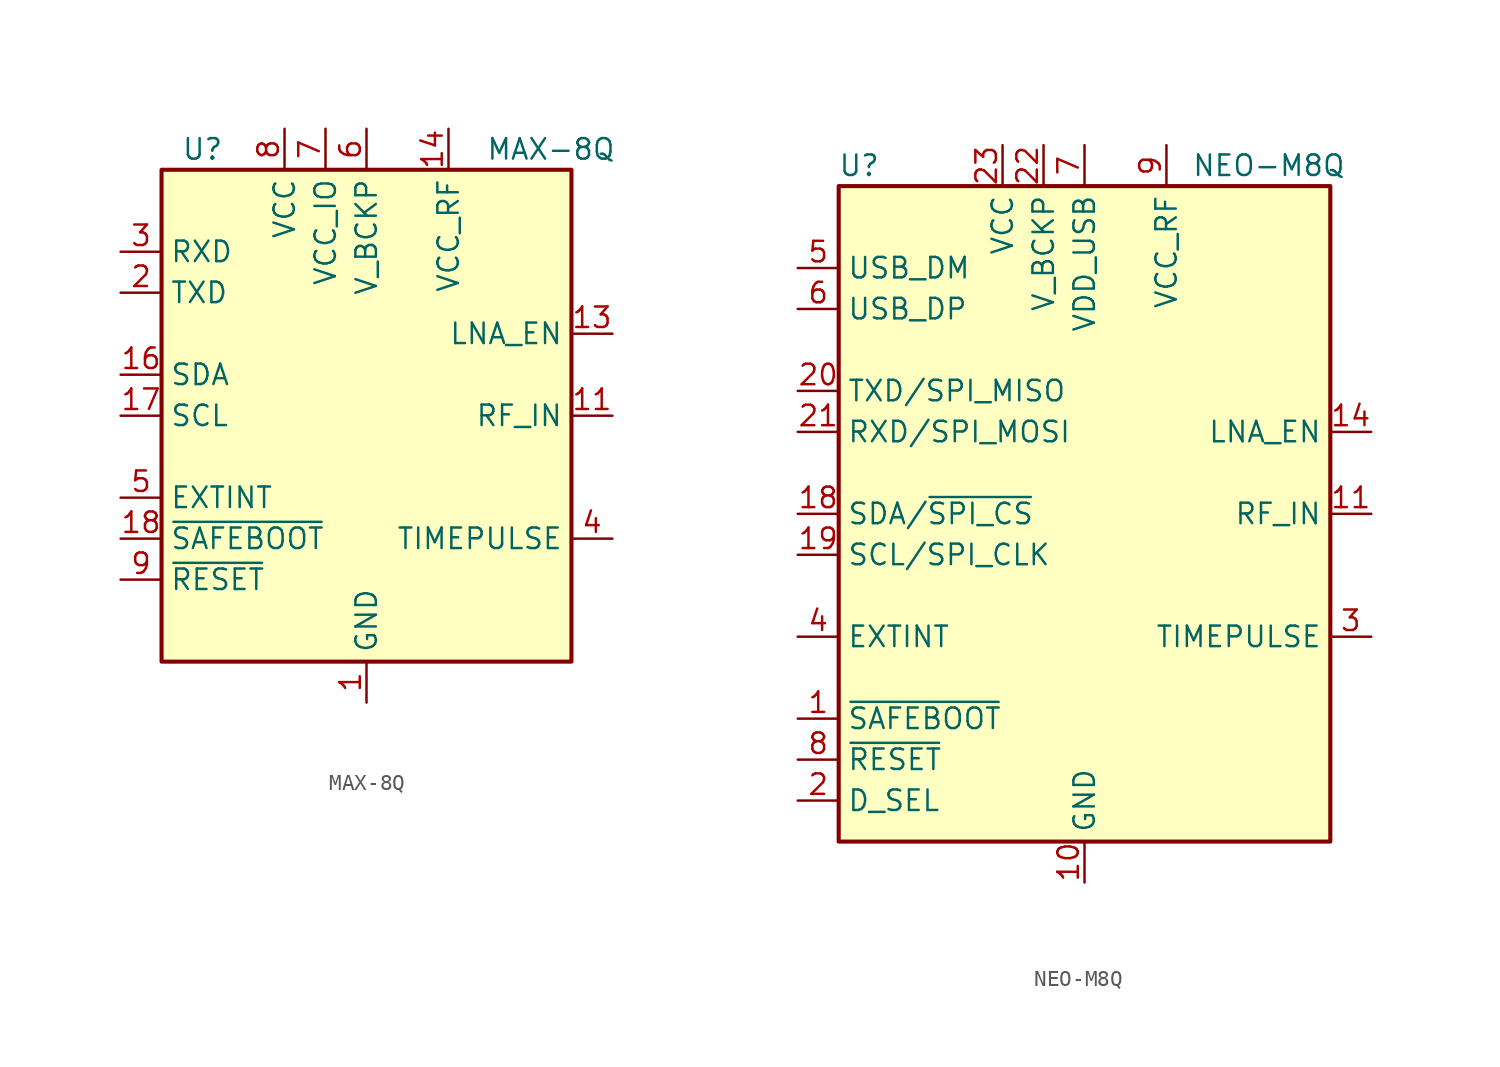
<source format=kicad_sym>
(kicad_symbol_lib
  (version 20231120)
  (generator "kicad_symbol_editor")
  (generator_version "8.0")
  (symbol "MAX-8Q"
    (property "Reference" "U"
      (at -10.16 16.51 0)
      (effects (font (size 1.27 1.27))))
    (property "Value" "MAX-8Q"
      (at 11.43 16.51 0)
      (effects (font (size 1.27 1.27))))
    (symbol "MAX-8Q_0_1"
      (rectangle (start 12.7 15.24) (end -12.7 -15.24) (stroke (width 0.254) (type default)) (fill (type background))))
    (symbol "MAX-8Q_1_1"
      (pin power_in line (at 0 -17.78 90) (length 2.54) (name "GND" (effects (font (size 1.27 1.27)))) (number "1" (effects (font (size 1.27 1.27)))))
      (pin passive line (at 0 -17.78 90) (length 2.54) hide (name "GND" (effects (font (size 1.27 1.27)))) (number "10" (effects (font (size 1.27 1.27)))))
      (pin input line (at 15.24 0 180) (length 2.54) (name "RF_IN" (effects (font (size 1.27 1.27)))) (number "11" (effects (font (size 1.27 1.27)))))
      (pin passive line (at 0 -17.78 90) (length 2.54) hide (name "GND" (effects (font (size 1.27 1.27)))) (number "12" (effects (font (size 1.27 1.27)))))
      (pin output line (at 15.24 5.08 180) (length 2.54) (name "LNA_EN" (effects (font (size 1.27 1.27)))) (number "13" (effects (font (size 1.27 1.27)))))
      (pin power_out line (at 5.08 17.78 270) (length 2.54) (name "VCC_RF" (effects (font (size 1.27 1.27)))) (number "14" (effects (font (size 1.27 1.27)))))
      (pin no_connect line (at 12.7 -5.08 180) (length 2.54) hide (name "Reserved" (effects (font (size 1.27 1.27)))) (number "15" (effects (font (size 1.27 1.27)))))
      (pin bidirectional line (at -15.24 2.54 0) (length 2.54) (name "SDA" (effects (font (size 1.27 1.27)))) (number "16" (effects (font (size 1.27 1.27)))))
      (pin input line (at -15.24 0 0) (length 2.54) (name "SCL" (effects (font (size 1.27 1.27)))) (number "17" (effects (font (size 1.27 1.27)))))
      (pin input line (at -15.24 -7.62 0) (length 2.54) (name "~{SAFEBOOT}" (effects (font (size 1.27 1.27)))) (number "18" (effects (font (size 1.27 1.27)))))
      (pin output line (at -15.24 7.62 0) (length 2.54) (name "TXD" (effects (font (size 1.27 1.27)))) (number "2" (effects (font (size 1.27 1.27)))))
      (pin input line (at -15.24 10.16 0) (length 2.54) (name "RXD" (effects (font (size 1.27 1.27)))) (number "3" (effects (font (size 1.27 1.27)))))
      (pin output line (at 15.24 -7.62 180) (length 2.54) (name "TIMEPULSE" (effects (font (size 1.27 1.27)))) (number "4" (effects (font (size 1.27 1.27)))))
      (pin input line (at -15.24 -5.08 0) (length 2.54) (name "EXTINT" (effects (font (size 1.27 1.27)))) (number "5" (effects (font (size 1.27 1.27)))))
      (pin power_in line (at 0 17.78 270) (length 2.54) (name "V_BCKP" (effects (font (size 1.27 1.27)))) (number "6" (effects (font (size 1.27 1.27)))))
      (pin power_in line (at -2.54 17.78 270) (length 2.54) (name "VCC_IO" (effects (font (size 1.27 1.27)))) (number "7" (effects (font (size 1.27 1.27)))))
      (pin power_in line (at -5.08 17.78 270) (length 2.54) (name "VCC" (effects (font (size 1.27 1.27)))) (number "8" (effects (font (size 1.27 1.27)))))
      (pin input line (at -15.24 -10.16 0) (length 2.54) (name "~{RESET}" (effects (font (size 1.27 1.27)))) (number "9" (effects (font (size 1.27 1.27)))))))
  (symbol "NEO-M8Q "
    (property "Reference" "U"
      (at -13.97 21.59 0)
      (effects (font (size 1.27 1.27))))
    (property "Value" "NEO-M8Q "
      (at 11.43 21.59 0)
      (effects (font (size 1.27 1.27))))
    (symbol "NEO-M8Q _0_1"
      (rectangle (start -15.24 20.32) (end 15.24 -20.32) (stroke (width 0.254) (type default)) (fill (type background))))
    (symbol "NEO-M8Q _1_1"
      (pin input line (at -17.78 -12.7 0) (length 2.54) (name "~{SAFEBOOT}" (effects (font (size 1.27 1.27)))) (number "1" (effects (font (size 1.27 1.27)))))
      (pin power_in line (at 0 -22.86 90) (length 2.54) (name "GND" (effects (font (size 1.27 1.27)))) (number "10" (effects (font (size 1.27 1.27)))))
      (pin input line (at 17.78 0 180) (length 2.54) (name "RF_IN" (effects (font (size 1.27 1.27)))) (number "11" (effects (font (size 1.27 1.27)))))
      (pin passive line (at 0 -22.86 90) (length 2.54) hide (name "GND" (effects (font (size 1.27 1.27)))) (number "12" (effects (font (size 1.27 1.27)))))
      (pin passive line (at 0 -22.86 90) (length 2.54) hide (name "GND" (effects (font (size 1.27 1.27)))) (number "13" (effects (font (size 1.27 1.27)))))
      (pin output line (at 17.78 5.08 180) (length 2.54) (name "LNA_EN" (effects (font (size 1.27 1.27)))) (number "14" (effects (font (size 1.27 1.27)))))
      (pin no_connect line (at 15.24 -10.16 180) (length 2.54) hide (name "RESERVED" (effects (font (size 1.27 1.27)))) (number "15" (effects (font (size 1.27 1.27)))))
      (pin no_connect line (at 15.24 -12.7 180) (length 2.54) hide (name "RESERVED" (effects (font (size 1.27 1.27)))) (number "16" (effects (font (size 1.27 1.27)))))
      (pin no_connect line (at 15.24 -15.24 180) (length 2.54) hide (name "RESERVED" (effects (font (size 1.27 1.27)))) (number "17" (effects (font (size 1.27 1.27)))))
      (pin bidirectional line (at -17.78 0 0) (length 2.54) (name "SDA/~{SPI_CS}" (effects (font (size 1.27 1.27)))) (number "18" (effects (font (size 1.27 1.27)))))
      (pin input line (at -17.78 -2.54 0) (length 2.54) (name "SCL/SPI_CLK" (effects (font (size 1.27 1.27)))) (number "19" (effects (font (size 1.27 1.27)))))
      (pin input line (at -17.78 -17.78 0) (length 2.54) (name "D_SEL" (effects (font (size 1.27 1.27)))) (number "2" (effects (font (size 1.27 1.27)))))
      (pin output line (at -17.78 7.62 0) (length 2.54) (name "TXD/SPI_MISO" (effects (font (size 1.27 1.27)))) (number "20" (effects (font (size 1.27 1.27)))))
      (pin input line (at -17.78 5.08 0) (length 2.54) (name "RXD/SPI_MOSI" (effects (font (size 1.27 1.27)))) (number "21" (effects (font (size 1.27 1.27)))))
      (pin power_in line (at -2.54 22.86 270) (length 2.54) (name "V_BCKP" (effects (font (size 1.27 1.27)))) (number "22" (effects (font (size 1.27 1.27)))))
      (pin power_in line (at -5.08 22.86 270) (length 2.54) (name "VCC" (effects (font (size 1.27 1.27)))) (number "23" (effects (font (size 1.27 1.27)))))
      (pin passive line (at 0 -22.86 90) (length 2.54) hide (name "GND" (effects (font (size 1.27 1.27)))) (number "24" (effects (font (size 1.27 1.27)))))
      (pin output line (at 17.78 -7.62 180) (length 2.54) (name "TIMEPULSE" (effects (font (size 1.27 1.27)))) (number "3" (effects (font (size 1.27 1.27)))))
      (pin input line (at -17.78 -7.62 0) (length 2.54) (name "EXTINT" (effects (font (size 1.27 1.27)))) (number "4" (effects (font (size 1.27 1.27)))))
      (pin bidirectional line (at -17.78 15.24 0) (length 2.54) (name "USB_DM" (effects (font (size 1.27 1.27)))) (number "5" (effects (font (size 1.27 1.27)))))
      (pin bidirectional line (at -17.78 12.7 0) (length 2.54) (name "USB_DP" (effects (font (size 1.27 1.27)))) (number "6" (effects (font (size 1.27 1.27)))))
      (pin power_in line (at 0 22.86 270) (length 2.54) (name "VDD_USB" (effects (font (size 1.27 1.27)))) (number "7" (effects (font (size 1.27 1.27)))))
      (pin input line (at -17.78 -15.24 0) (length 2.54) (name "~{RESET}" (effects (font (size 1.27 1.27)))) (number "8" (effects (font (size 1.27 1.27)))))
      (pin power_out line (at 5.08 22.86 270) (length 2.54) (name "VCC_RF" (effects (font (size 1.27 1.27)))) (number "9" (effects (font (size 1.27 1.27))))))))
</source>
